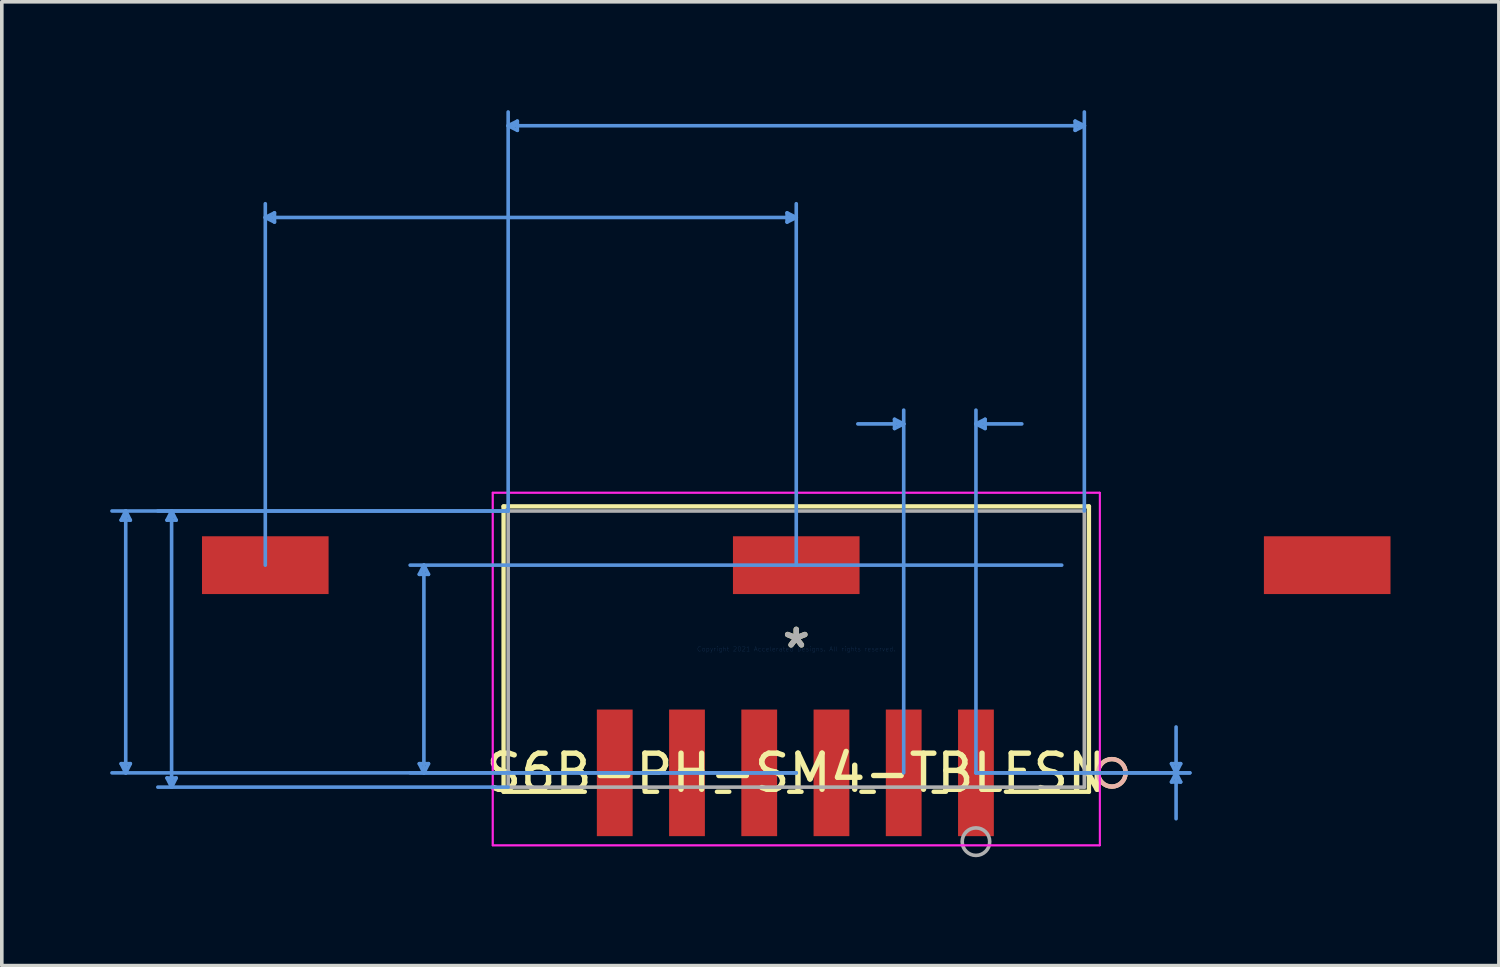
<source format=kicad_pcb>
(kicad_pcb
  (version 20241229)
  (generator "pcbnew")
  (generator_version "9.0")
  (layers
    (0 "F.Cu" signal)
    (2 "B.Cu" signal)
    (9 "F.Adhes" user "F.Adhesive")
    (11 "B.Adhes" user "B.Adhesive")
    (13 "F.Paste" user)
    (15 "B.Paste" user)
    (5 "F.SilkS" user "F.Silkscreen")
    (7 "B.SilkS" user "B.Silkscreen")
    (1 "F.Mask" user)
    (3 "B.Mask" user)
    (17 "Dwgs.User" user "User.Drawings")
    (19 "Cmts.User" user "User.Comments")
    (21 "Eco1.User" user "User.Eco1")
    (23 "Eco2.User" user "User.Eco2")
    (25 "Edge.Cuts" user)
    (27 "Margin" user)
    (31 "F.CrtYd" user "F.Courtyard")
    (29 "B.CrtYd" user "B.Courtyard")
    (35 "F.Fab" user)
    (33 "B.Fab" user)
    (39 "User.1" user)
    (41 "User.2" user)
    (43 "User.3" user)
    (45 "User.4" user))
  (footprint "S6B-PH-SM4-TBLFSN"
    (layer "F.Cu")
    (at 18.995 14.92)
    (property "Reference" "S6B-PH-SM4-TBLFSN" (at 0 3.427 0) (layer "F.SilkS") (effects (font (size 1 1) (thickness 0.15))))
    (attr through_hole)
    (fp_line (start -8.103 -3.95) (end -8.103 3.95) (stroke (width 0.12) (type solid)) (layer "F.SilkS"))
    (fp_line (start -8.103 3.95) (end -5.853 3.95) (stroke (width 0.12) (type solid)) (layer "F.SilkS"))
    (fp_line (start -4.197 3.95) (end -3.853 3.95) (stroke (width 0.12) (type solid)) (layer "F.SilkS"))
    (fp_line (start -2.197 3.95) (end -1.853 3.95) (stroke (width 0.12) (type solid)) (layer "F.SilkS"))
    (fp_line (start -0.197 3.95) (end 0.147 3.95) (stroke (width 0.12) (type solid)) (layer "F.SilkS"))
    (fp_line (start 1.803 3.95) (end 2.147 3.95) (stroke (width 0.12) (type solid)) (layer "F.SilkS"))
    (fp_line (start 3.803 3.95) (end 4.147 3.95) (stroke (width 0.12) (type solid)) (layer "F.SilkS"))
    (fp_line (start 5.803 3.95) (end 8.103 3.95) (stroke (width 0.12) (type solid)) (layer "F.SilkS"))
    (fp_line (start 8.103 -3.95) (end -8.103 -3.95) (stroke (width 0.12) (type solid)) (layer "F.SilkS"))
    (fp_line (start 8.103 3.95) (end 8.103 -3.95) (stroke (width 0.12) (type solid)) (layer "F.SilkS"))
    (fp_circle (center 8.738 3.427) (end 9.119 3.427) (stroke (width 0.12) (type solid)) (fill no) (layer "F.SilkS"))
    (fp_circle (center 8.738 3.427) (end 9.119 3.427) (stroke (width 0.12) (type solid)) (fill no) (layer "B.SilkS"))
    (fp_line (start -18.691 -3.569) (end -18.437 -3.569) (stroke (width 0.1) (type solid)) (layer "Cmts.User"))
    (fp_line (start -18.691 3.173) (end -18.437 3.173) (stroke (width 0.1) (type solid)) (layer "Cmts.User"))
    (fp_line (start -18.564 -3.823) (end -18.691 -3.569) (stroke (width 0.1) (type solid)) (layer "Cmts.User"))
    (fp_line (start -18.564 -3.823) (end -18.564 3.427) (stroke (width 0.1) (type solid)) (layer "Cmts.User"))
    (fp_line (start -18.564 -3.823) (end -18.437 -3.569) (stroke (width 0.1) (type solid)) (layer "Cmts.User"))
    (fp_line (start -18.564 3.427) (end -18.691 3.173) (stroke (width 0.1) (type solid)) (layer "Cmts.User"))
    (fp_line (start -18.564 3.427) (end -18.437 3.173) (stroke (width 0.1) (type solid)) (layer "Cmts.User"))
    (fp_line (start -17.421 -3.569) (end -17.167 -3.569) (stroke (width 0.1) (type solid)) (layer "Cmts.User"))
    (fp_line (start -17.421 3.569) (end -17.167 3.569) (stroke (width 0.1) (type solid)) (layer "Cmts.User"))
    (fp_line (start -17.294 -3.823) (end -17.421 -3.569) (stroke (width 0.1) (type solid)) (layer "Cmts.User"))
    (fp_line (start -17.294 -3.823) (end -17.294 3.823) (stroke (width 0.1) (type solid)) (layer "Cmts.User"))
    (fp_line (start -17.294 -3.823) (end -17.167 -3.569) (stroke (width 0.1) (type solid)) (layer "Cmts.User"))
    (fp_line (start -17.294 3.823) (end -17.421 3.569) (stroke (width 0.1) (type solid)) (layer "Cmts.User"))
    (fp_line (start -17.294 3.823) (end -17.167 3.569) (stroke (width 0.1) (type solid)) (layer "Cmts.User"))
    (fp_line (start -14.7 -11.949) (end -14.446 -12.076) (stroke (width 0.1) (type solid)) (layer "Cmts.User"))
    (fp_line (start -14.7 -11.949) (end -14.446 -11.822) (stroke (width 0.1) (type solid)) (layer "Cmts.User"))
    (fp_line (start -14.7 -11.949) (end 0 -11.949) (stroke (width 0.1) (type solid)) (layer "Cmts.User"))
    (fp_line (start -14.7 -2.323) (end -14.7 -12.33) (stroke (width 0.1) (type solid)) (layer "Cmts.User"))
    (fp_line (start -14.446 -12.076) (end -14.446 -11.822) (stroke (width 0.1) (type solid)) (layer "Cmts.User"))
    (fp_line (start -10.436 -2.069) (end -10.182 -2.069) (stroke (width 0.1) (type solid)) (layer "Cmts.User"))
    (fp_line (start -10.436 3.173) (end -10.182 3.173) (stroke (width 0.1) (type solid)) (layer "Cmts.User"))
    (fp_line (start -10.309 -2.323) (end -10.436 -2.069) (stroke (width 0.1) (type solid)) (layer "Cmts.User"))
    (fp_line (start -10.309 -2.323) (end -10.309 3.427) (stroke (width 0.1) (type solid)) (layer "Cmts.User"))
    (fp_line (start -10.309 -2.323) (end -10.182 -2.069) (stroke (width 0.1) (type solid)) (layer "Cmts.User"))
    (fp_line (start -10.309 3.427) (end -10.436 3.173) (stroke (width 0.1) (type solid)) (layer "Cmts.User"))
    (fp_line (start -10.309 3.427) (end -10.182 3.173) (stroke (width 0.1) (type solid)) (layer "Cmts.User"))
    (fp_line (start -7.976 -14.489) (end -7.722 -14.616) (stroke (width 0.1) (type solid)) (layer "Cmts.User"))
    (fp_line (start -7.976 -14.489) (end -7.722 -14.362) (stroke (width 0.1) (type solid)) (layer "Cmts.User"))
    (fp_line (start -7.976 -14.489) (end 7.976 -14.489) (stroke (width 0.1) (type solid)) (layer "Cmts.User"))
    (fp_line (start -7.976 -3.823) (end -18.945 -3.823) (stroke (width 0.1) (type solid)) (layer "Cmts.User"))
    (fp_line (start -7.976 -3.823) (end -17.675 -3.823) (stroke (width 0.1) (type solid)) (layer "Cmts.User"))
    (fp_line (start -7.976 -3.823) (end -7.976 -14.87) (stroke (width 0.1) (type solid)) (layer "Cmts.User"))
    (fp_line (start -7.976 3.823) (end -17.675 3.823) (stroke (width 0.1) (type solid)) (layer "Cmts.User"))
    (fp_line (start -7.722 -14.616) (end -7.722 -14.362) (stroke (width 0.1) (type solid)) (layer "Cmts.User"))
    (fp_line (start -0.254 -12.076) (end -0.254 -11.822) (stroke (width 0.1) (type solid)) (layer "Cmts.User"))
    (fp_line (start 0 -11.949) (end -0.254 -12.076) (stroke (width 0.1) (type solid)) (layer "Cmts.User"))
    (fp_line (start 0 -11.949) (end -0.254 -11.822) (stroke (width 0.1) (type solid)) (layer "Cmts.User"))
    (fp_line (start 0 -2.323) (end 0 -12.33) (stroke (width 0.1) (type solid)) (layer "Cmts.User"))
    (fp_line (start 0 3.427) (end -18.945 3.427) (stroke (width 0.1) (type solid)) (layer "Cmts.User"))
    (fp_line (start 0 3.427) (end -10.69 3.427) (stroke (width 0.1) (type solid)) (layer "Cmts.User"))
    (fp_line (start 2.721 -6.361) (end 2.721 -6.107) (stroke (width 0.1) (type solid)) (layer "Cmts.User"))
    (fp_line (start 2.975 -6.234) (end 1.705 -6.234) (stroke (width 0.1) (type solid)) (layer "Cmts.User"))
    (fp_line (start 2.975 -6.234) (end 2.721 -6.361) (stroke (width 0.1) (type solid)) (layer "Cmts.User"))
    (fp_line (start 2.975 -6.234) (end 2.721 -6.107) (stroke (width 0.1) (type solid)) (layer "Cmts.User"))
    (fp_line (start 2.975 3.427) (end 2.975 -6.615) (stroke (width 0.1) (type solid)) (layer "Cmts.User"))
    (fp_line (start 4.975 -6.234) (end 5.229 -6.361) (stroke (width 0.1) (type solid)) (layer "Cmts.User"))
    (fp_line (start 4.975 -6.234) (end 5.229 -6.107) (stroke (width 0.1) (type solid)) (layer "Cmts.User"))
    (fp_line (start 4.975 -6.234) (end 6.245 -6.234) (stroke (width 0.1) (type solid)) (layer "Cmts.User"))
    (fp_line (start 4.975 3.427) (end 4.975 -6.615) (stroke (width 0.1) (type solid)) (layer "Cmts.User"))
    (fp_line (start 4.975 3.427) (end 10.897 3.427) (stroke (width 0.1) (type solid)) (layer "Cmts.User"))
    (fp_line (start 4.975 3.427) (end 10.897 3.427) (stroke (width 0.1) (type solid)) (layer "Cmts.User"))
    (fp_line (start 5.229 -6.361) (end 5.229 -6.107) (stroke (width 0.1) (type solid)) (layer "Cmts.User"))
    (fp_line (start 7.35 -2.323) (end -10.69 -2.323) (stroke (width 0.1) (type solid)) (layer "Cmts.User"))
    (fp_line (start 7.722 -14.616) (end 7.722 -14.362) (stroke (width 0.1) (type solid)) (layer "Cmts.User"))
    (fp_line (start 7.976 -14.489) (end 7.722 -14.616) (stroke (width 0.1) (type solid)) (layer "Cmts.User"))
    (fp_line (start 7.976 -14.489) (end 7.722 -14.362) (stroke (width 0.1) (type solid)) (layer "Cmts.User"))
    (fp_line (start 7.976 -3.823) (end 7.976 -14.87) (stroke (width 0.1) (type solid)) (layer "Cmts.User"))
    (fp_line (start 10.389 3.173) (end 10.643 3.173) (stroke (width 0.1) (type solid)) (layer "Cmts.User"))
    (fp_line (start 10.389 3.681) (end 10.643 3.681) (stroke (width 0.1) (type solid)) (layer "Cmts.User"))
    (fp_line (start 10.516 3.427) (end 10.389 3.173) (stroke (width 0.1) (type solid)) (layer "Cmts.User"))
    (fp_line (start 10.516 3.427) (end 10.389 3.681) (stroke (width 0.1) (type solid)) (layer "Cmts.User"))
    (fp_line (start 10.516 3.427) (end 10.516 2.157) (stroke (width 0.1) (type solid)) (layer "Cmts.User"))
    (fp_line (start 10.516 3.427) (end 10.516 4.697) (stroke (width 0.1) (type solid)) (layer "Cmts.User"))
    (fp_line (start 10.516 3.427) (end 10.643 3.173) (stroke (width 0.1) (type solid)) (layer "Cmts.User"))
    (fp_line (start 10.516 3.427) (end 10.643 3.681) (stroke (width 0.1) (type solid)) (layer "Cmts.User"))
    (fp_line (start -8.404 -4.329) (end -8.404 5.434) (stroke (width 0.05) (type solid)) (layer "F.CrtYd"))
    (fp_line (start -8.404 -4.329) (end -8.404 5.434) (stroke (width 0.05) (type solid)) (layer "F.CrtYd"))
    (fp_line (start -8.404 5.434) (end 8.404 5.434) (stroke (width 0.05) (type solid)) (layer "F.CrtYd"))
    (fp_line (start -8.404 5.434) (end 8.404 5.434) (stroke (width 0.05) (type solid)) (layer "F.CrtYd"))
    (fp_line (start 8.404 -4.329) (end -8.404 -4.329) (stroke (width 0.05) (type solid)) (layer "F.CrtYd"))
    (fp_line (start 8.404 -4.329) (end -8.404 -4.329) (stroke (width 0.05) (type solid)) (layer "F.CrtYd"))
    (fp_line (start 8.404 5.434) (end 8.404 -4.329) (stroke (width 0.05) (type solid)) (layer "F.CrtYd"))
    (fp_line (start 8.404 5.434) (end 8.404 -4.329) (stroke (width 0.05) (type solid)) (layer "F.CrtYd"))
    (fp_line (start -7.976 -3.823) (end -7.976 3.823) (stroke (width 0.1) (type solid)) (layer "F.Fab"))
    (fp_line (start -7.976 3.823) (end 7.976 3.823) (stroke (width 0.1) (type solid)) (layer "F.Fab"))
    (fp_line (start 7.976 -3.823) (end -7.976 -3.823) (stroke (width 0.1) (type solid)) (layer "F.Fab"))
    (fp_line (start 7.976 3.823) (end 7.976 -3.823) (stroke (width 0.1) (type solid)) (layer "F.Fab"))
    (fp_circle (center 4.975 5.332) (end 5.356 5.332) (stroke (width 0.1) (type solid)) (fill no) (layer "F.Fab"))
    (fp_text user "*" (at 0 0 0) (layer "F.SilkS") (effects (font (size 1 1) (thickness 0.15))))
    (fp_text user "Copyright 2021 Accelerated Designs. All rights reserved." (at 0 0 0) (layer "Cmts.User") (effects (font (size 0.127 0.127) (thickness 0.002))))
    (fp_text user "*" (at 0 0 0) (layer "F.Fab") (effects (font (size 1 1) (thickness 0.15))))
    (pad "1" smd rect (at 4.975 3.427) (size 0.991 3.505) (layers "F.Cu" "F.Mask" "F.Paste"))
    (pad "2" smd rect (at 2.975 3.427) (size 0.991 3.505) (layers "F.Cu" "F.Mask" "F.Paste"))
    (pad "3" smd rect (at 0.975 3.427) (size 0.991 3.505) (layers "F.Cu" "F.Mask" "F.Paste"))
    (pad "4" smd rect (at -1.025 3.427) (size 0.991 3.505) (layers "F.Cu" "F.Mask" "F.Paste"))
    (pad "5" smd rect (at -3.025 3.427) (size 0.991 3.505) (layers "F.Cu" "F.Mask" "F.Paste"))
    (pad "6" smd rect (at -5.025 3.427) (size 0.991 3.505) (layers "F.Cu" "F.Mask" "F.Paste"))
    (pad "7" smd rect (at -14.7 -2.323 90) (size 1.6 3.505) (layers "F.Cu" "F.Mask" "F.Paste"))
    (pad "8" smd rect (at 0 -2.323 90) (size 1.6 3.505) (layers "F.Cu" "F.Mask" "F.Paste"))
    (pad "9" smd rect (at 14.7 -2.323 90) (size 1.6 3.505) (layers "F.Cu" "F.Mask" "F.Paste")))
  (gr_rect
    (start -3 -3)
    (end 38.448 23.684)
    (stroke (width 0.1) (type default))
    (fill no)
    (layer "Edge.Cuts")))
</source>
